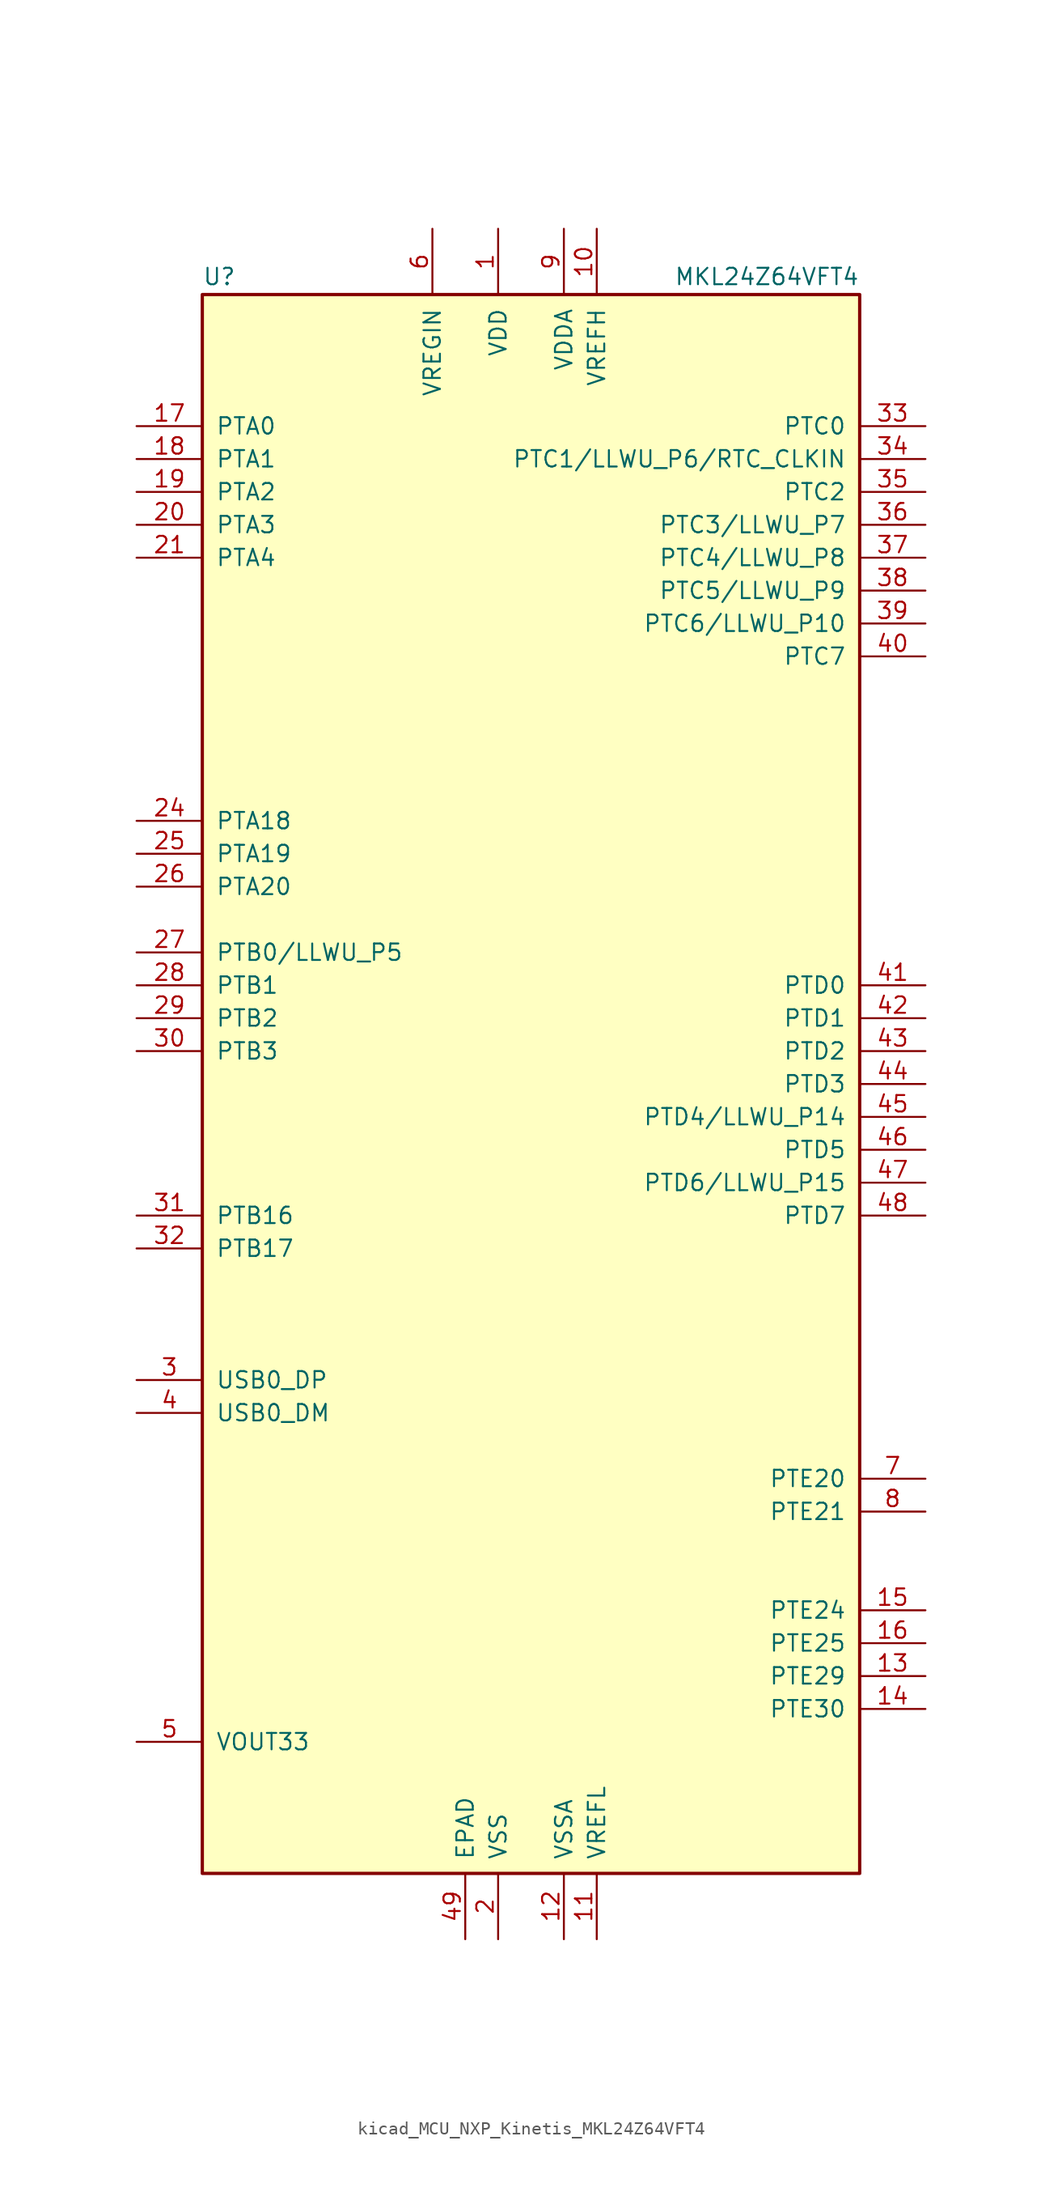
<source format=kicad_sym>
(kicad_symbol_lib
  (version 20220914)
  (generator kicad_symbol_editor)
  (symbol "kicad_MCU_NXP_Kinetis_MKL24Z64VFT4"
    (pin_names
      (offset 1.016))
    (property "Reference" "U"
      (at -25.4 61.595 0)
      (effects (font (size 1.27 1.27)) (justify left bottom)))
    (property "Value" "MKL24Z64VFT4"
      (at 25.4 61.595 0)
      (effects (font (size 1.27 1.27)) (justify right bottom)))
    (symbol "kicad_MCU_NXP_Kinetis_MKL24Z64VFT4_0_1"
      (rectangle (start -25.4 60.96) (end 25.4 -60.96) (stroke (width 0.254) (type default)) (fill (type background))))
    (symbol "kicad_MCU_NXP_Kinetis_MKL24Z64VFT4_1_1"
      (pin power_in line (at -2.54 66.04 270) (length 5.08) (name "VDD" (effects (font (size 1.27 1.27)))) (number "1" (effects (font (size 1.27 1.27)))))
      (pin power_in line (at 5.08 66.04 270) (length 5.08) (name "VREFH" (effects (font (size 1.27 1.27)))) (number "10" (effects (font (size 1.27 1.27)))))
      (pin power_in line (at 5.08 -66.04 90) (length 5.08) (name "VREFL" (effects (font (size 1.27 1.27)))) (number "11" (effects (font (size 1.27 1.27)))))
      (pin power_in line (at 2.54 -66.04 90) (length 5.08) (name "VSSA" (effects (font (size 1.27 1.27)))) (number "12" (effects (font (size 1.27 1.27)))))
      (pin bidirectional line (at 30.48 -45.72 180) (length 5.08) (name "PTE29" (effects (font (size 1.27 1.27)))) (number "13" (effects (font (size 1.27 1.27)))))
      (pin bidirectional line (at 30.48 -48.26 180) (length 5.08) (name "PTE30" (effects (font (size 1.27 1.27)))) (number "14" (effects (font (size 1.27 1.27)))))
      (pin bidirectional line (at 30.48 -40.64 180) (length 5.08) (name "PTE24" (effects (font (size 1.27 1.27)))) (number "15" (effects (font (size 1.27 1.27)))))
      (pin bidirectional line (at 30.48 -43.18 180) (length 5.08) (name "PTE25" (effects (font (size 1.27 1.27)))) (number "16" (effects (font (size 1.27 1.27)))))
      (pin bidirectional line (at -30.48 50.8 0) (length 5.08) (name "PTA0" (effects (font (size 1.27 1.27)))) (number "17" (effects (font (size 1.27 1.27)))))
      (pin bidirectional line (at -30.48 48.26 0) (length 5.08) (name "PTA1" (effects (font (size 1.27 1.27)))) (number "18" (effects (font (size 1.27 1.27)))))
      (pin bidirectional line (at -30.48 45.72 0) (length 5.08) (name "PTA2" (effects (font (size 1.27 1.27)))) (number "19" (effects (font (size 1.27 1.27)))))
      (pin power_in line (at -2.54 -66.04 90) (length 5.08) (name "VSS" (effects (font (size 1.27 1.27)))) (number "2" (effects (font (size 1.27 1.27)))))
      (pin bidirectional line (at -30.48 43.18 0) (length 5.08) (name "PTA3" (effects (font (size 1.27 1.27)))) (number "20" (effects (font (size 1.27 1.27)))))
      (pin bidirectional line (at -30.48 40.64 0) (length 5.08) (name "PTA4" (effects (font (size 1.27 1.27)))) (number "21" (effects (font (size 1.27 1.27)))))
      (pin passive line (at -2.54 66.04 270) (length 5.08) hide (name "VDD" (effects (font (size 1.27 1.27)))) (number "22" (effects (font (size 1.27 1.27)))))
      (pin passive line (at -2.54 -66.04 90) (length 5.08) hide (name "VSS" (effects (font (size 1.27 1.27)))) (number "23" (effects (font (size 1.27 1.27)))))
      (pin bidirectional line (at -30.48 20.32 0) (length 5.08) (name "PTA18" (effects (font (size 1.27 1.27)))) (number "24" (effects (font (size 1.27 1.27)))))
      (pin bidirectional line (at -30.48 17.78 0) (length 5.08) (name "PTA19" (effects (font (size 1.27 1.27)))) (number "25" (effects (font (size 1.27 1.27)))))
      (pin bidirectional line (at -30.48 15.24 0) (length 5.08) (name "PTA20" (effects (font (size 1.27 1.27)))) (number "26" (effects (font (size 1.27 1.27)))))
      (pin bidirectional line (at -30.48 10.16 0) (length 5.08) (name "PTB0/LLWU_P5" (effects (font (size 1.27 1.27)))) (number "27" (effects (font (size 1.27 1.27)))))
      (pin bidirectional line (at -30.48 7.62 0) (length 5.08) (name "PTB1" (effects (font (size 1.27 1.27)))) (number "28" (effects (font (size 1.27 1.27)))))
      (pin bidirectional line (at -30.48 5.08 0) (length 5.08) (name "PTB2" (effects (font (size 1.27 1.27)))) (number "29" (effects (font (size 1.27 1.27)))))
      (pin bidirectional line (at -30.48 -22.86 0) (length 5.08) (name "USB0_DP" (effects (font (size 1.27 1.27)))) (number "3" (effects (font (size 1.27 1.27)))))
      (pin bidirectional line (at -30.48 2.54 0) (length 5.08) (name "PTB3" (effects (font (size 1.27 1.27)))) (number "30" (effects (font (size 1.27 1.27)))))
      (pin bidirectional line (at -30.48 -10.16 0) (length 5.08) (name "PTB16" (effects (font (size 1.27 1.27)))) (number "31" (effects (font (size 1.27 1.27)))))
      (pin bidirectional line (at -30.48 -12.7 0) (length 5.08) (name "PTB17" (effects (font (size 1.27 1.27)))) (number "32" (effects (font (size 1.27 1.27)))))
      (pin bidirectional line (at 30.48 50.8 180) (length 5.08) (name "PTC0" (effects (font (size 1.27 1.27)))) (number "33" (effects (font (size 1.27 1.27)))))
      (pin bidirectional line (at 30.48 48.26 180) (length 5.08) (name "PTC1/LLWU_P6/RTC_CLKIN" (effects (font (size 1.27 1.27)))) (number "34" (effects (font (size 1.27 1.27)))))
      (pin bidirectional line (at 30.48 45.72 180) (length 5.08) (name "PTC2" (effects (font (size 1.27 1.27)))) (number "35" (effects (font (size 1.27 1.27)))))
      (pin bidirectional line (at 30.48 43.18 180) (length 5.08) (name "PTC3/LLWU_P7" (effects (font (size 1.27 1.27)))) (number "36" (effects (font (size 1.27 1.27)))))
      (pin bidirectional line (at 30.48 40.64 180) (length 5.08) (name "PTC4/LLWU_P8" (effects (font (size 1.27 1.27)))) (number "37" (effects (font (size 1.27 1.27)))))
      (pin bidirectional line (at 30.48 38.1 180) (length 5.08) (name "PTC5/LLWU_P9" (effects (font (size 1.27 1.27)))) (number "38" (effects (font (size 1.27 1.27)))))
      (pin bidirectional line (at 30.48 35.56 180) (length 5.08) (name "PTC6/LLWU_P10" (effects (font (size 1.27 1.27)))) (number "39" (effects (font (size 1.27 1.27)))))
      (pin bidirectional line (at -30.48 -25.4 0) (length 5.08) (name "USB0_DM" (effects (font (size 1.27 1.27)))) (number "4" (effects (font (size 1.27 1.27)))))
      (pin bidirectional line (at 30.48 33.02 180) (length 5.08) (name "PTC7" (effects (font (size 1.27 1.27)))) (number "40" (effects (font (size 1.27 1.27)))))
      (pin bidirectional line (at 30.48 7.62 180) (length 5.08) (name "PTD0" (effects (font (size 1.27 1.27)))) (number "41" (effects (font (size 1.27 1.27)))))
      (pin bidirectional line (at 30.48 5.08 180) (length 5.08) (name "PTD1" (effects (font (size 1.27 1.27)))) (number "42" (effects (font (size 1.27 1.27)))))
      (pin bidirectional line (at 30.48 2.54 180) (length 5.08) (name "PTD2" (effects (font (size 1.27 1.27)))) (number "43" (effects (font (size 1.27 1.27)))))
      (pin bidirectional line (at 30.48 0 180) (length 5.08) (name "PTD3" (effects (font (size 1.27 1.27)))) (number "44" (effects (font (size 1.27 1.27)))))
      (pin bidirectional line (at 30.48 -2.54 180) (length 5.08) (name "PTD4/LLWU_P14" (effects (font (size 1.27 1.27)))) (number "45" (effects (font (size 1.27 1.27)))))
      (pin bidirectional line (at 30.48 -5.08 180) (length 5.08) (name "PTD5" (effects (font (size 1.27 1.27)))) (number "46" (effects (font (size 1.27 1.27)))))
      (pin bidirectional line (at 30.48 -7.62 180) (length 5.08) (name "PTD6/LLWU_P15" (effects (font (size 1.27 1.27)))) (number "47" (effects (font (size 1.27 1.27)))))
      (pin bidirectional line (at 30.48 -10.16 180) (length 5.08) (name "PTD7" (effects (font (size 1.27 1.27)))) (number "48" (effects (font (size 1.27 1.27)))))
      (pin power_in line (at -5.08 -66.04 90) (length 5.08) (name "EPAD" (effects (font (size 1.27 1.27)))) (number "49" (effects (font (size 1.27 1.27)))))
      (pin power_out line (at -30.48 -50.8 0) (length 5.08) (name "VOUT33" (effects (font (size 1.27 1.27)))) (number "5" (effects (font (size 1.27 1.27)))))
      (pin power_in line (at -7.62 66.04 270) (length 5.08) (name "VREGIN" (effects (font (size 1.27 1.27)))) (number "6" (effects (font (size 1.27 1.27)))))
      (pin bidirectional line (at 30.48 -30.48 180) (length 5.08) (name "PTE20" (effects (font (size 1.27 1.27)))) (number "7" (effects (font (size 1.27 1.27)))))
      (pin bidirectional line (at 30.48 -33.02 180) (length 5.08) (name "PTE21" (effects (font (size 1.27 1.27)))) (number "8" (effects (font (size 1.27 1.27)))))
      (pin power_in line (at 2.54 66.04 270) (length 5.08) (name "VDDA" (effects (font (size 1.27 1.27)))) (number "9" (effects (font (size 1.27 1.27))))))))
</source>
